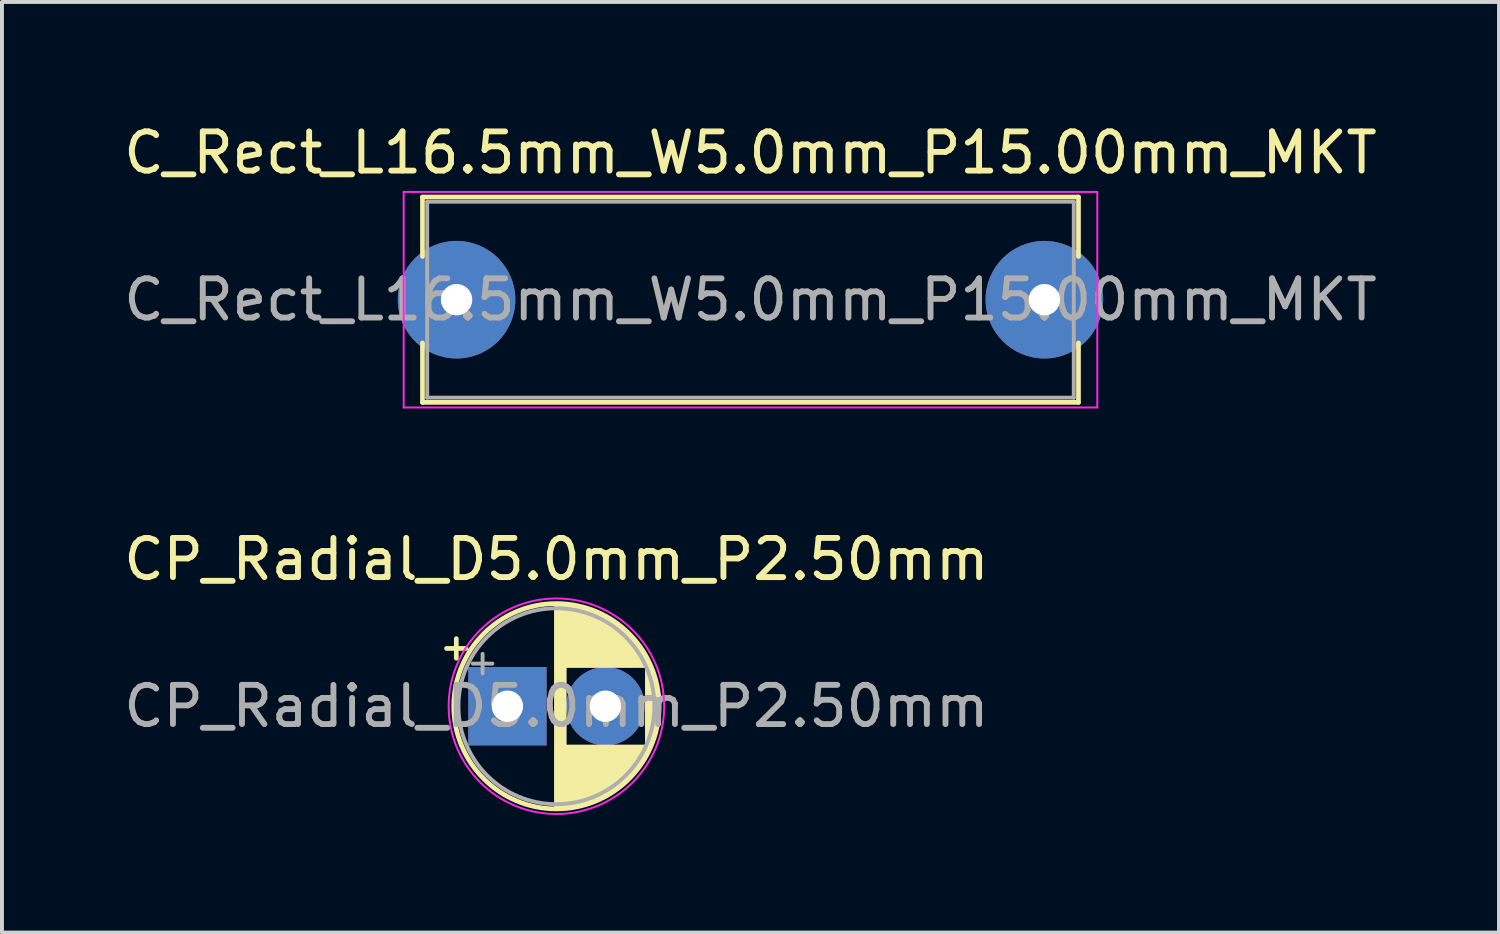
<source format=kicad_pcb>
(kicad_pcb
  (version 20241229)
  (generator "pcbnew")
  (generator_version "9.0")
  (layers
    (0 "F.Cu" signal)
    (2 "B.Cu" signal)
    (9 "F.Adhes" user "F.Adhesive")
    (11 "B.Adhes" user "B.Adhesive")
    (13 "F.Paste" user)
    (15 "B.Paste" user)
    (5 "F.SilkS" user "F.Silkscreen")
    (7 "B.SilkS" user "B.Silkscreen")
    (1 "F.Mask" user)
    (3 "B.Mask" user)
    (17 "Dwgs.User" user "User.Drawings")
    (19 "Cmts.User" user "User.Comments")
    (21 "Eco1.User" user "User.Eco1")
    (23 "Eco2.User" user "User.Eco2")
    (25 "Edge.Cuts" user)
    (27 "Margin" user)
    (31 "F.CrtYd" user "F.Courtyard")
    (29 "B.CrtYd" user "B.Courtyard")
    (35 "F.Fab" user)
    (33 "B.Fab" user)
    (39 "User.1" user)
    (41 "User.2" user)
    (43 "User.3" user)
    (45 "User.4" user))
  (footprint "C_Rect_L16.5mm_W5.0mm_P15.00mm_MKT"
    (layer "F.Cu")
    (at 8.601 4.598)
    (property "Reference" "C_Rect_L16.5mm_W5.0mm_P15.00mm_MKT" (at 7.5 -3.75 0) (layer "F.SilkS") (effects (font (size 1 1) (thickness 0.15))))
    (attr through_hole)
    (fp_line (start -0.87 -2.62) (end -0.87 -1.104) (stroke (width 0.12) (type solid)) (layer "F.SilkS"))
    (fp_line (start -0.87 -2.62) (end 15.87 -2.62) (stroke (width 0.12) (type solid)) (layer "F.SilkS"))
    (fp_line (start -0.87 1.104) (end -0.87 2.62) (stroke (width 0.12) (type solid)) (layer "F.SilkS"))
    (fp_line (start -0.87 2.62) (end 15.87 2.62) (stroke (width 0.12) (type solid)) (layer "F.SilkS"))
    (fp_line (start 15.87 -2.62) (end 15.87 -1.104) (stroke (width 0.12) (type solid)) (layer "F.SilkS"))
    (fp_line (start 15.87 1.104) (end 15.87 2.62) (stroke (width 0.12) (type solid)) (layer "F.SilkS"))
    (fp_line (start -1.35 -2.75) (end -1.35 2.75) (stroke (width 0.05) (type solid)) (layer "F.CrtYd"))
    (fp_line (start -1.35 2.75) (end 16.35 2.75) (stroke (width 0.05) (type solid)) (layer "F.CrtYd"))
    (fp_line (start 16.35 -2.75) (end -1.35 -2.75) (stroke (width 0.05) (type solid)) (layer "F.CrtYd"))
    (fp_line (start 16.35 2.75) (end 16.35 -2.75) (stroke (width 0.05) (type solid)) (layer "F.CrtYd"))
    (fp_line (start -0.75 -2.5) (end -0.75 2.5) (stroke (width 0.1) (type solid)) (layer "F.Fab"))
    (fp_line (start -0.75 2.5) (end 15.75 2.5) (stroke (width 0.1) (type solid)) (layer "F.Fab"))
    (fp_line (start 15.75 -2.5) (end -0.75 -2.5) (stroke (width 0.1) (type solid)) (layer "F.Fab"))
    (fp_line (start 15.75 2.5) (end 15.75 -2.5) (stroke (width 0.1) (type solid)) (layer "F.Fab"))
    (fp_text user "${REFERENCE}" (at 7.5 0 0) (layer "F.Fab") (effects (font (size 1 1) (thickness 0.15))))
    (pad "1" thru_hole circle (at 0 0) (size 3 3) (drill 0.8) (layers "*.Cu" "*.Mask"))
    (pad "2" thru_hole circle (at 15 0) (size 3 3) (drill 0.8) (layers "*.Cu" "*.Mask")))
  (footprint "CP_Radial_D5.0mm_P2.50mm"
    (layer "F.Cu")
    (at 9.899 14.972)
    (property "Reference" "CP_Radial_D5.0mm_P2.50mm" (at 1.25 -3.75 0) (layer "F.SilkS") (effects (font (size 1 1) (thickness 0.15))))
    (attr through_hole)
    (fp_line (start -1.555 -1.475) (end -1.055 -1.475) (stroke (width 0.12) (type solid)) (layer "F.SilkS"))
    (fp_line (start -1.305 -1.725) (end -1.305 -1.225) (stroke (width 0.12) (type solid)) (layer "F.SilkS"))
    (fp_line (start 1.25 -2.58) (end 1.25 2.58) (stroke (width 0.12) (type solid)) (layer "F.SilkS"))
    (fp_line (start 1.29 -2.58) (end 1.29 2.58) (stroke (width 0.12) (type solid)) (layer "F.SilkS"))
    (fp_line (start 1.33 -2.579) (end 1.33 2.579) (stroke (width 0.12) (type solid)) (layer "F.SilkS"))
    (fp_line (start 1.37 -2.578) (end 1.37 2.578) (stroke (width 0.12) (type solid)) (layer "F.SilkS"))
    (fp_line (start 1.41 -2.576) (end 1.41 2.576) (stroke (width 0.12) (type solid)) (layer "F.SilkS"))
    (fp_line (start 1.45 -2.573) (end 1.45 2.573) (stroke (width 0.12) (type solid)) (layer "F.SilkS"))
    (fp_line (start 1.49 -2.569) (end 1.49 -1.04) (stroke (width 0.12) (type solid)) (layer "F.SilkS"))
    (fp_line (start 1.49 1.04) (end 1.49 2.569) (stroke (width 0.12) (type solid)) (layer "F.SilkS"))
    (fp_line (start 1.53 -2.565) (end 1.53 -1.04) (stroke (width 0.12) (type solid)) (layer "F.SilkS"))
    (fp_line (start 1.53 1.04) (end 1.53 2.565) (stroke (width 0.12) (type solid)) (layer "F.SilkS"))
    (fp_line (start 1.57 -2.561) (end 1.57 -1.04) (stroke (width 0.12) (type solid)) (layer "F.SilkS"))
    (fp_line (start 1.57 1.04) (end 1.57 2.561) (stroke (width 0.12) (type solid)) (layer "F.SilkS"))
    (fp_line (start 1.61 -2.556) (end 1.61 -1.04) (stroke (width 0.12) (type solid)) (layer "F.SilkS"))
    (fp_line (start 1.61 1.04) (end 1.61 2.556) (stroke (width 0.12) (type solid)) (layer "F.SilkS"))
    (fp_line (start 1.65 -2.55) (end 1.65 -1.04) (stroke (width 0.12) (type solid)) (layer "F.SilkS"))
    (fp_line (start 1.65 1.04) (end 1.65 2.55) (stroke (width 0.12) (type solid)) (layer "F.SilkS"))
    (fp_line (start 1.69 -2.543) (end 1.69 -1.04) (stroke (width 0.12) (type solid)) (layer "F.SilkS"))
    (fp_line (start 1.69 1.04) (end 1.69 2.543) (stroke (width 0.12) (type solid)) (layer "F.SilkS"))
    (fp_line (start 1.73 -2.536) (end 1.73 -1.04) (stroke (width 0.12) (type solid)) (layer "F.SilkS"))
    (fp_line (start 1.73 1.04) (end 1.73 2.536) (stroke (width 0.12) (type solid)) (layer "F.SilkS"))
    (fp_line (start 1.77 -2.528) (end 1.77 -1.04) (stroke (width 0.12) (type solid)) (layer "F.SilkS"))
    (fp_line (start 1.77 1.04) (end 1.77 2.528) (stroke (width 0.12) (type solid)) (layer "F.SilkS"))
    (fp_line (start 1.81 -2.52) (end 1.81 -1.04) (stroke (width 0.12) (type solid)) (layer "F.SilkS"))
    (fp_line (start 1.81 1.04) (end 1.81 2.52) (stroke (width 0.12) (type solid)) (layer "F.SilkS"))
    (fp_line (start 1.85 -2.511) (end 1.85 -1.04) (stroke (width 0.12) (type solid)) (layer "F.SilkS"))
    (fp_line (start 1.85 1.04) (end 1.85 2.511) (stroke (width 0.12) (type solid)) (layer "F.SilkS"))
    (fp_line (start 1.89 -2.501) (end 1.89 -1.04) (stroke (width 0.12) (type solid)) (layer "F.SilkS"))
    (fp_line (start 1.89 1.04) (end 1.89 2.501) (stroke (width 0.12) (type solid)) (layer "F.SilkS"))
    (fp_line (start 1.93 -2.491) (end 1.93 -1.04) (stroke (width 0.12) (type solid)) (layer "F.SilkS"))
    (fp_line (start 1.93 1.04) (end 1.93 2.491) (stroke (width 0.12) (type solid)) (layer "F.SilkS"))
    (fp_line (start 1.971 -2.48) (end 1.971 -1.04) (stroke (width 0.12) (type solid)) (layer "F.SilkS"))
    (fp_line (start 1.971 1.04) (end 1.971 2.48) (stroke (width 0.12) (type solid)) (layer "F.SilkS"))
    (fp_line (start 2.011 -2.468) (end 2.011 -1.04) (stroke (width 0.12) (type solid)) (layer "F.SilkS"))
    (fp_line (start 2.011 1.04) (end 2.011 2.468) (stroke (width 0.12) (type solid)) (layer "F.SilkS"))
    (fp_line (start 2.051 -2.455) (end 2.051 -1.04) (stroke (width 0.12) (type solid)) (layer "F.SilkS"))
    (fp_line (start 2.051 1.04) (end 2.051 2.455) (stroke (width 0.12) (type solid)) (layer "F.SilkS"))
    (fp_line (start 2.091 -2.442) (end 2.091 -1.04) (stroke (width 0.12) (type solid)) (layer "F.SilkS"))
    (fp_line (start 2.091 1.04) (end 2.091 2.442) (stroke (width 0.12) (type solid)) (layer "F.SilkS"))
    (fp_line (start 2.131 -2.428) (end 2.131 -1.04) (stroke (width 0.12) (type solid)) (layer "F.SilkS"))
    (fp_line (start 2.131 1.04) (end 2.131 2.428) (stroke (width 0.12) (type solid)) (layer "F.SilkS"))
    (fp_line (start 2.171 -2.414) (end 2.171 -1.04) (stroke (width 0.12) (type solid)) (layer "F.SilkS"))
    (fp_line (start 2.171 1.04) (end 2.171 2.414) (stroke (width 0.12) (type solid)) (layer "F.SilkS"))
    (fp_line (start 2.211 -2.398) (end 2.211 -1.04) (stroke (width 0.12) (type solid)) (layer "F.SilkS"))
    (fp_line (start 2.211 1.04) (end 2.211 2.398) (stroke (width 0.12) (type solid)) (layer "F.SilkS"))
    (fp_line (start 2.251 -2.382) (end 2.251 -1.04) (stroke (width 0.12) (type solid)) (layer "F.SilkS"))
    (fp_line (start 2.251 1.04) (end 2.251 2.382) (stroke (width 0.12) (type solid)) (layer "F.SilkS"))
    (fp_line (start 2.291 -2.365) (end 2.291 -1.04) (stroke (width 0.12) (type solid)) (layer "F.SilkS"))
    (fp_line (start 2.291 1.04) (end 2.291 2.365) (stroke (width 0.12) (type solid)) (layer "F.SilkS"))
    (fp_line (start 2.331 -2.348) (end 2.331 -1.04) (stroke (width 0.12) (type solid)) (layer "F.SilkS"))
    (fp_line (start 2.331 1.04) (end 2.331 2.348) (stroke (width 0.12) (type solid)) (layer "F.SilkS"))
    (fp_line (start 2.371 -2.329) (end 2.371 -1.04) (stroke (width 0.12) (type solid)) (layer "F.SilkS"))
    (fp_line (start 2.371 1.04) (end 2.371 2.329) (stroke (width 0.12) (type solid)) (layer "F.SilkS"))
    (fp_line (start 2.411 -2.31) (end 2.411 -1.04) (stroke (width 0.12) (type solid)) (layer "F.SilkS"))
    (fp_line (start 2.411 1.04) (end 2.411 2.31) (stroke (width 0.12) (type solid)) (layer "F.SilkS"))
    (fp_line (start 2.451 -2.29) (end 2.451 -1.04) (stroke (width 0.12) (type solid)) (layer "F.SilkS"))
    (fp_line (start 2.451 1.04) (end 2.451 2.29) (stroke (width 0.12) (type solid)) (layer "F.SilkS"))
    (fp_line (start 2.491 -2.268) (end 2.491 -1.04) (stroke (width 0.12) (type solid)) (layer "F.SilkS"))
    (fp_line (start 2.491 1.04) (end 2.491 2.268) (stroke (width 0.12) (type solid)) (layer "F.SilkS"))
    (fp_line (start 2.531 -2.247) (end 2.531 -1.04) (stroke (width 0.12) (type solid)) (layer "F.SilkS"))
    (fp_line (start 2.531 1.04) (end 2.531 2.247) (stroke (width 0.12) (type solid)) (layer "F.SilkS"))
    (fp_line (start 2.571 -2.224) (end 2.571 -1.04) (stroke (width 0.12) (type solid)) (layer "F.SilkS"))
    (fp_line (start 2.571 1.04) (end 2.571 2.224) (stroke (width 0.12) (type solid)) (layer "F.SilkS"))
    (fp_line (start 2.611 -2.2) (end 2.611 -1.04) (stroke (width 0.12) (type solid)) (layer "F.SilkS"))
    (fp_line (start 2.611 1.04) (end 2.611 2.2) (stroke (width 0.12) (type solid)) (layer "F.SilkS"))
    (fp_line (start 2.651 -2.175) (end 2.651 -1.04) (stroke (width 0.12) (type solid)) (layer "F.SilkS"))
    (fp_line (start 2.651 1.04) (end 2.651 2.175) (stroke (width 0.12) (type solid)) (layer "F.SilkS"))
    (fp_line (start 2.691 -2.149) (end 2.691 -1.04) (stroke (width 0.12) (type solid)) (layer "F.SilkS"))
    (fp_line (start 2.691 1.04) (end 2.691 2.149) (stroke (width 0.12) (type solid)) (layer "F.SilkS"))
    (fp_line (start 2.731 -2.122) (end 2.731 -1.04) (stroke (width 0.12) (type solid)) (layer "F.SilkS"))
    (fp_line (start 2.731 1.04) (end 2.731 2.122) (stroke (width 0.12) (type solid)) (layer "F.SilkS"))
    (fp_line (start 2.771 -2.095) (end 2.771 -1.04) (stroke (width 0.12) (type solid)) (layer "F.SilkS"))
    (fp_line (start 2.771 1.04) (end 2.771 2.095) (stroke (width 0.12) (type solid)) (layer "F.SilkS"))
    (fp_line (start 2.811 -2.065) (end 2.811 -1.04) (stroke (width 0.12) (type solid)) (layer "F.SilkS"))
    (fp_line (start 2.811 1.04) (end 2.811 2.065) (stroke (width 0.12) (type solid)) (layer "F.SilkS"))
    (fp_line (start 2.851 -2.035) (end 2.851 -1.04) (stroke (width 0.12) (type solid)) (layer "F.SilkS"))
    (fp_line (start 2.851 1.04) (end 2.851 2.035) (stroke (width 0.12) (type solid)) (layer "F.SilkS"))
    (fp_line (start 2.891 -2.004) (end 2.891 -1.04) (stroke (width 0.12) (type solid)) (layer "F.SilkS"))
    (fp_line (start 2.891 1.04) (end 2.891 2.004) (stroke (width 0.12) (type solid)) (layer "F.SilkS"))
    (fp_line (start 2.931 -1.971) (end 2.931 -1.04) (stroke (width 0.12) (type solid)) (layer "F.SilkS"))
    (fp_line (start 2.931 1.04) (end 2.931 1.971) (stroke (width 0.12) (type solid)) (layer "F.SilkS"))
    (fp_line (start 2.971 -1.937) (end 2.971 -1.04) (stroke (width 0.12) (type solid)) (layer "F.SilkS"))
    (fp_line (start 2.971 1.04) (end 2.971 1.937) (stroke (width 0.12) (type solid)) (layer "F.SilkS"))
    (fp_line (start 3.011 -1.901) (end 3.011 -1.04) (stroke (width 0.12) (type solid)) (layer "F.SilkS"))
    (fp_line (start 3.011 1.04) (end 3.011 1.901) (stroke (width 0.12) (type solid)) (layer "F.SilkS"))
    (fp_line (start 3.051 -1.864) (end 3.051 -1.04) (stroke (width 0.12) (type solid)) (layer "F.SilkS"))
    (fp_line (start 3.051 1.04) (end 3.051 1.864) (stroke (width 0.12) (type solid)) (layer "F.SilkS"))
    (fp_line (start 3.091 -1.826) (end 3.091 -1.04) (stroke (width 0.12) (type solid)) (layer "F.SilkS"))
    (fp_line (start 3.091 1.04) (end 3.091 1.826) (stroke (width 0.12) (type solid)) (layer "F.SilkS"))
    (fp_line (start 3.131 -1.785) (end 3.131 -1.04) (stroke (width 0.12) (type solid)) (layer "F.SilkS"))
    (fp_line (start 3.131 1.04) (end 3.131 1.785) (stroke (width 0.12) (type solid)) (layer "F.SilkS"))
    (fp_line (start 3.171 -1.743) (end 3.171 -1.04) (stroke (width 0.12) (type solid)) (layer "F.SilkS"))
    (fp_line (start 3.171 1.04) (end 3.171 1.743) (stroke (width 0.12) (type solid)) (layer "F.SilkS"))
    (fp_line (start 3.211 -1.699) (end 3.211 -1.04) (stroke (width 0.12) (type solid)) (layer "F.SilkS"))
    (fp_line (start 3.211 1.04) (end 3.211 1.699) (stroke (width 0.12) (type solid)) (layer "F.SilkS"))
    (fp_line (start 3.251 -1.653) (end 3.251 -1.04) (stroke (width 0.12) (type solid)) (layer "F.SilkS"))
    (fp_line (start 3.251 1.04) (end 3.251 1.653) (stroke (width 0.12) (type solid)) (layer "F.SilkS"))
    (fp_line (start 3.291 -1.605) (end 3.291 -1.04) (stroke (width 0.12) (type solid)) (layer "F.SilkS"))
    (fp_line (start 3.291 1.04) (end 3.291 1.605) (stroke (width 0.12) (type solid)) (layer "F.SilkS"))
    (fp_line (start 3.331 -1.554) (end 3.331 -1.04) (stroke (width 0.12) (type solid)) (layer "F.SilkS"))
    (fp_line (start 3.331 1.04) (end 3.331 1.554) (stroke (width 0.12) (type solid)) (layer "F.SilkS"))
    (fp_line (start 3.371 -1.5) (end 3.371 -1.04) (stroke (width 0.12) (type solid)) (layer "F.SilkS"))
    (fp_line (start 3.371 1.04) (end 3.371 1.5) (stroke (width 0.12) (type solid)) (layer "F.SilkS"))
    (fp_line (start 3.411 -1.443) (end 3.411 -1.04) (stroke (width 0.12) (type solid)) (layer "F.SilkS"))
    (fp_line (start 3.411 1.04) (end 3.411 1.443) (stroke (width 0.12) (type solid)) (layer "F.SilkS"))
    (fp_line (start 3.451 -1.383) (end 3.451 -1.04) (stroke (width 0.12) (type solid)) (layer "F.SilkS"))
    (fp_line (start 3.451 1.04) (end 3.451 1.383) (stroke (width 0.12) (type solid)) (layer "F.SilkS"))
    (fp_line (start 3.491 -1.319) (end 3.491 -1.04) (stroke (width 0.12) (type solid)) (layer "F.SilkS"))
    (fp_line (start 3.491 1.04) (end 3.491 1.319) (stroke (width 0.12) (type solid)) (layer "F.SilkS"))
    (fp_line (start 3.531 -1.251) (end 3.531 -1.04) (stroke (width 0.12) (type solid)) (layer "F.SilkS"))
    (fp_line (start 3.531 1.04) (end 3.531 1.251) (stroke (width 0.12) (type solid)) (layer "F.SilkS"))
    (fp_line (start 3.571 -1.178) (end 3.571 1.178) (stroke (width 0.12) (type solid)) (layer "F.SilkS"))
    (fp_line (start 3.611 -1.098) (end 3.611 1.098) (stroke (width 0.12) (type solid)) (layer "F.SilkS"))
    (fp_line (start 3.651 -1.011) (end 3.651 1.011) (stroke (width 0.12) (type solid)) (layer "F.SilkS"))
    (fp_line (start 3.691 -0.915) (end 3.691 0.915) (stroke (width 0.12) (type solid)) (layer "F.SilkS"))
    (fp_line (start 3.731 -0.805) (end 3.731 0.805) (stroke (width 0.12) (type solid)) (layer "F.SilkS"))
    (fp_line (start 3.771 -0.677) (end 3.771 0.677) (stroke (width 0.12) (type solid)) (layer "F.SilkS"))
    (fp_line (start 3.811 -0.518) (end 3.811 0.518) (stroke (width 0.12) (type solid)) (layer "F.SilkS"))
    (fp_line (start 3.851 -0.284) (end 3.851 0.284) (stroke (width 0.12) (type solid)) (layer "F.SilkS"))
    (fp_circle (center 1.25 0) (end 3.87 0) (stroke (width 0.12) (type solid)) (fill no) (layer "F.SilkS"))
    (fp_circle (center 1.25 0) (end 4 0) (stroke (width 0.05) (type solid)) (fill no) (layer "F.CrtYd"))
    (fp_line (start -0.884 -1.087) (end -0.384 -1.087) (stroke (width 0.1) (type solid)) (layer "F.Fab"))
    (fp_line (start -0.634 -1.337) (end -0.634 -0.838) (stroke (width 0.1) (type solid)) (layer "F.Fab"))
    (fp_circle (center 1.25 0) (end 3.75 0) (stroke (width 0.1) (type solid)) (fill no) (layer "F.Fab"))
    (fp_text user "${REFERENCE}" (at 1.25 0 0) (layer "F.Fab") (effects (font (size 1 1) (thickness 0.15))))
    (pad "1" thru_hole rect (at 0 0) (size 2 2) (drill 0.8) (layers "*.Cu" "*.Mask"))
    (pad "2" thru_hole circle (at 2.5 0) (size 2 2) (drill 0.8) (layers "*.Cu" "*.Mask")))
  (gr_rect
    (start -3 -3)
    (end 35.202 20.747)
    (stroke (width 0.1) (type default))
    (fill no)
    (layer "Edge.Cuts")))
</source>
